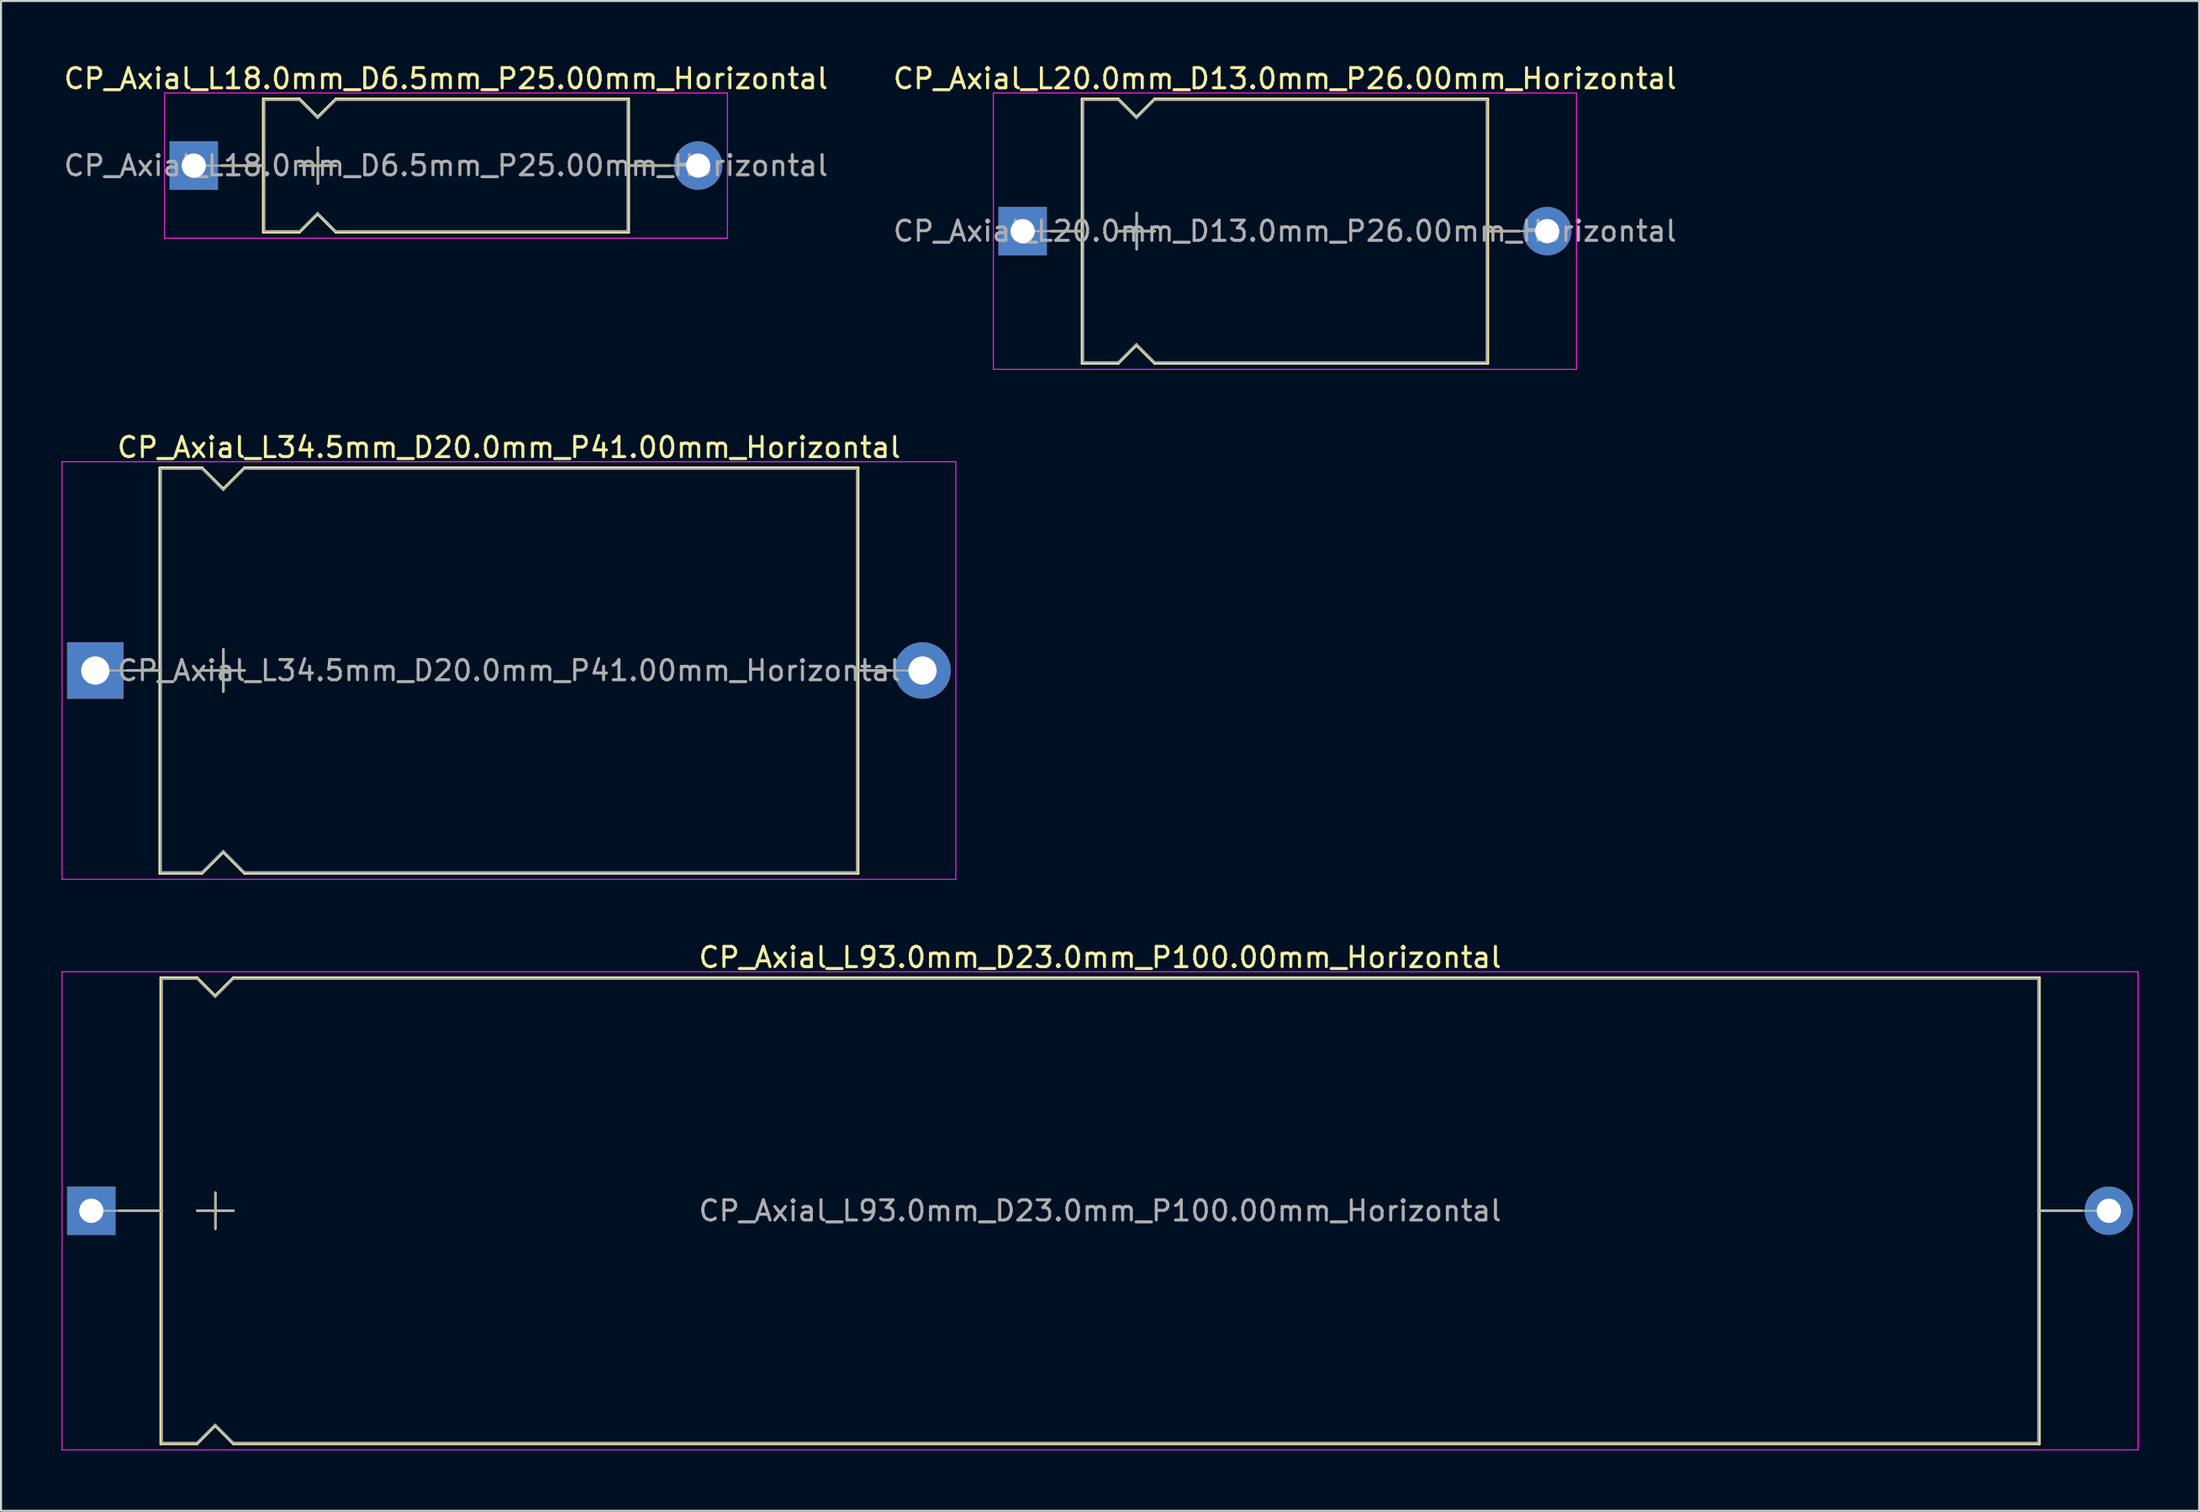
<source format=kicad_pcb>
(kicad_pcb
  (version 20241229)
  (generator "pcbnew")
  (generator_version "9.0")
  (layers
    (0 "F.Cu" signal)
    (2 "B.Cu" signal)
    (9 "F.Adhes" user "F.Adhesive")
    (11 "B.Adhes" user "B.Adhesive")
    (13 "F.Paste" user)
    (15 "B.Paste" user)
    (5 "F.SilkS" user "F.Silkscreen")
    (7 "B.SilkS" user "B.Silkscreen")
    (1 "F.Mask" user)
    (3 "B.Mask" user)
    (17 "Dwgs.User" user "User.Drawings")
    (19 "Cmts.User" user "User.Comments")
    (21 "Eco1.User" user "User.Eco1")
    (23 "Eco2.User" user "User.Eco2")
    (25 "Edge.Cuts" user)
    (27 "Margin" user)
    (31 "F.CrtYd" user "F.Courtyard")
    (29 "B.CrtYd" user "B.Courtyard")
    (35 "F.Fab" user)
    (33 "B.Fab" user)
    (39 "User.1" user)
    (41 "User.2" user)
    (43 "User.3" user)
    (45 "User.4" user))
  (footprint "CP_Axial_L20.0mm_D13.0mm_P26.00mm_Horizontal"
    (layer "F.Cu")
    (at 47.637 8.408)
    (property "Reference" "CP_Axial_L20.0mm_D13.0mm_P26.00mm_Horizontal" (at 13 -7.56 0) (layer "F.SilkS") (effects (font (size 1 1) (thickness 0.15))))
    (attr through_hole)
    (fp_line (start 1.38 0) (end 2.94 0) (stroke (width 0.12) (type solid)) (layer "F.SilkS"))
    (fp_line (start 2.94 -6.56) (end 2.94 6.56) (stroke (width 0.12) (type solid)) (layer "F.SilkS"))
    (fp_line (start 2.94 -6.56) (end 4.74 -6.56) (stroke (width 0.12) (type solid)) (layer "F.SilkS"))
    (fp_line (start 2.94 6.56) (end 4.74 6.56) (stroke (width 0.12) (type solid)) (layer "F.SilkS"))
    (fp_line (start 4.74 -6.56) (end 5.64 -5.66) (stroke (width 0.12) (type solid)) (layer "F.SilkS"))
    (fp_line (start 4.74 6.56) (end 5.64 5.66) (stroke (width 0.12) (type solid)) (layer "F.SilkS"))
    (fp_line (start 4.75 0) (end 6.55 0) (stroke (width 0.12) (type solid)) (layer "F.SilkS"))
    (fp_line (start 5.64 -5.66) (end 6.54 -6.56) (stroke (width 0.12) (type solid)) (layer "F.SilkS"))
    (fp_line (start 5.64 5.66) (end 6.54 6.56) (stroke (width 0.12) (type solid)) (layer "F.SilkS"))
    (fp_line (start 5.65 -0.9) (end 5.65 0.9) (stroke (width 0.12) (type solid)) (layer "F.SilkS"))
    (fp_line (start 6.54 -6.56) (end 23.06 -6.56) (stroke (width 0.12) (type solid)) (layer "F.SilkS"))
    (fp_line (start 6.54 6.56) (end 23.06 6.56) (stroke (width 0.12) (type solid)) (layer "F.SilkS"))
    (fp_line (start 23.06 -6.56) (end 23.06 6.56) (stroke (width 0.12) (type solid)) (layer "F.SilkS"))
    (fp_line (start 24.62 0) (end 23.06 0) (stroke (width 0.12) (type solid)) (layer "F.SilkS"))
    (fp_line (start -1.45 -6.85) (end -1.45 6.85) (stroke (width 0.05) (type solid)) (layer "F.CrtYd"))
    (fp_line (start -1.45 6.85) (end 27.45 6.85) (stroke (width 0.05) (type solid)) (layer "F.CrtYd"))
    (fp_line (start 27.45 -6.85) (end -1.45 -6.85) (stroke (width 0.05) (type solid)) (layer "F.CrtYd"))
    (fp_line (start 27.45 6.85) (end 27.45 -6.85) (stroke (width 0.05) (type solid)) (layer "F.CrtYd"))
    (fp_line (start 0 0) (end 3 0) (stroke (width 0.1) (type solid)) (layer "F.Fab"))
    (fp_line (start 3 -6.5) (end 3 6.5) (stroke (width 0.1) (type solid)) (layer "F.Fab"))
    (fp_line (start 3 -6.5) (end 4.74 -6.5) (stroke (width 0.1) (type solid)) (layer "F.Fab"))
    (fp_line (start 3 6.5) (end 4.74 6.5) (stroke (width 0.1) (type solid)) (layer "F.Fab"))
    (fp_line (start 4.74 -6.5) (end 5.64 -5.6) (stroke (width 0.1) (type solid)) (layer "F.Fab"))
    (fp_line (start 4.74 6.5) (end 5.64 5.6) (stroke (width 0.1) (type solid)) (layer "F.Fab"))
    (fp_line (start 4.75 0) (end 6.55 0) (stroke (width 0.1) (type solid)) (layer "F.Fab"))
    (fp_line (start 5.64 -5.6) (end 6.54 -6.5) (stroke (width 0.1) (type solid)) (layer "F.Fab"))
    (fp_line (start 5.64 5.6) (end 6.54 6.5) (stroke (width 0.1) (type solid)) (layer "F.Fab"))
    (fp_line (start 5.65 -0.9) (end 5.65 0.9) (stroke (width 0.1) (type solid)) (layer "F.Fab"))
    (fp_line (start 6.54 -6.5) (end 23 -6.5) (stroke (width 0.1) (type solid)) (layer "F.Fab"))
    (fp_line (start 6.54 6.5) (end 23 6.5) (stroke (width 0.1) (type solid)) (layer "F.Fab"))
    (fp_line (start 23 -6.5) (end 23 6.5) (stroke (width 0.1) (type solid)) (layer "F.Fab"))
    (fp_line (start 26 0) (end 23 0) (stroke (width 0.1) (type solid)) (layer "F.Fab"))
    (fp_text user "${REFERENCE}" (at 13 0 0) (layer "F.Fab") (effects (font (size 1 1) (thickness 0.15))))
    (pad "1" thru_hole rect (at 0 0) (size 2.4 2.4) (drill 1.2) (layers "*.Cu" "*.Mask"))
    (pad "2" thru_hole oval (at 26 0) (size 2.4 2.4) (drill 1.2) (layers "*.Cu" "*.Mask")))
  (footprint "CP_Axial_L34.5mm_D20.0mm_P41.00mm_Horizontal"
    (layer "F.Cu")
    (at 1.675 30.192)
    (property "Reference" "CP_Axial_L34.5mm_D20.0mm_P41.00mm_Horizontal" (at 20.5 -11.06 0) (layer "F.SilkS") (effects (font (size 1 1) (thickness 0.15))))
    (attr through_hole)
    (fp_line (start 1.58 0) (end 3.19 0) (stroke (width 0.12) (type solid)) (layer "F.SilkS"))
    (fp_line (start 3.19 -10.06) (end 3.19 10.06) (stroke (width 0.12) (type solid)) (layer "F.SilkS"))
    (fp_line (start 3.19 -10.06) (end 5.29 -10.06) (stroke (width 0.12) (type solid)) (layer "F.SilkS"))
    (fp_line (start 3.19 10.06) (end 5.29 10.06) (stroke (width 0.12) (type solid)) (layer "F.SilkS"))
    (fp_line (start 5.29 -10.06) (end 6.34 -9.01) (stroke (width 0.12) (type solid)) (layer "F.SilkS"))
    (fp_line (start 5.29 10.06) (end 6.34 9.01) (stroke (width 0.12) (type solid)) (layer "F.SilkS"))
    (fp_line (start 5.3 0) (end 7.4 0) (stroke (width 0.12) (type solid)) (layer "F.SilkS"))
    (fp_line (start 6.34 -9.01) (end 7.39 -10.06) (stroke (width 0.12) (type solid)) (layer "F.SilkS"))
    (fp_line (start 6.34 9.01) (end 7.39 10.06) (stroke (width 0.12) (type solid)) (layer "F.SilkS"))
    (fp_line (start 6.35 -1.05) (end 6.35 1.05) (stroke (width 0.12) (type solid)) (layer "F.SilkS"))
    (fp_line (start 7.39 -10.06) (end 37.81 -10.06) (stroke (width 0.12) (type solid)) (layer "F.SilkS"))
    (fp_line (start 7.39 10.06) (end 37.81 10.06) (stroke (width 0.12) (type solid)) (layer "F.SilkS"))
    (fp_line (start 37.81 -10.06) (end 37.81 10.06) (stroke (width 0.12) (type solid)) (layer "F.SilkS"))
    (fp_line (start 39.42 0) (end 37.81 0) (stroke (width 0.12) (type solid)) (layer "F.SilkS"))
    (fp_line (start -1.65 -10.35) (end -1.65 10.35) (stroke (width 0.05) (type solid)) (layer "F.CrtYd"))
    (fp_line (start -1.65 10.35) (end 42.65 10.35) (stroke (width 0.05) (type solid)) (layer "F.CrtYd"))
    (fp_line (start 42.65 -10.35) (end -1.65 -10.35) (stroke (width 0.05) (type solid)) (layer "F.CrtYd"))
    (fp_line (start 42.65 10.35) (end 42.65 -10.35) (stroke (width 0.05) (type solid)) (layer "F.CrtYd"))
    (fp_line (start 0 0) (end 3.25 0) (stroke (width 0.1) (type solid)) (layer "F.Fab"))
    (fp_line (start 3.25 -10) (end 3.25 10) (stroke (width 0.1) (type solid)) (layer "F.Fab"))
    (fp_line (start 3.25 -10) (end 5.29 -10) (stroke (width 0.1) (type solid)) (layer "F.Fab"))
    (fp_line (start 3.25 10) (end 5.29 10) (stroke (width 0.1) (type solid)) (layer "F.Fab"))
    (fp_line (start 5.29 -10) (end 6.34 -8.95) (stroke (width 0.1) (type solid)) (layer "F.Fab"))
    (fp_line (start 5.29 10) (end 6.34 8.95) (stroke (width 0.1) (type solid)) (layer "F.Fab"))
    (fp_line (start 5.3 0) (end 7.4 0) (stroke (width 0.1) (type solid)) (layer "F.Fab"))
    (fp_line (start 6.34 -8.95) (end 7.39 -10) (stroke (width 0.1) (type solid)) (layer "F.Fab"))
    (fp_line (start 6.34 8.95) (end 7.39 10) (stroke (width 0.1) (type solid)) (layer "F.Fab"))
    (fp_line (start 6.35 -1.05) (end 6.35 1.05) (stroke (width 0.1) (type solid)) (layer "F.Fab"))
    (fp_line (start 7.39 -10) (end 37.75 -10) (stroke (width 0.1) (type solid)) (layer "F.Fab"))
    (fp_line (start 7.39 10) (end 37.75 10) (stroke (width 0.1) (type solid)) (layer "F.Fab"))
    (fp_line (start 37.75 -10) (end 37.75 10) (stroke (width 0.1) (type solid)) (layer "F.Fab"))
    (fp_line (start 41 0) (end 37.75 0) (stroke (width 0.1) (type solid)) (layer "F.Fab"))
    (fp_text user "${REFERENCE}" (at 20.5 0 0) (layer "F.Fab") (effects (font (size 1 1) (thickness 0.15))))
    (pad "1" thru_hole rect (at 0 0) (size 2.8 2.8) (drill 1.4) (layers "*.Cu" "*.Mask"))
    (pad "2" thru_hole oval (at 41 0) (size 2.8 2.8) (drill 1.4) (layers "*.Cu" "*.Mask")))
  (footprint "CP_Axial_L93.0mm_D23.0mm_P100.00mm_Horizontal"
    (layer "F.Cu")
    (at 1.475 56.975)
    (property "Reference" "CP_Axial_L93.0mm_D23.0mm_P100.00mm_Horizontal" (at 50 -12.56 0) (layer "F.SilkS") (effects (font (size 1 1) (thickness 0.15))))
    (attr through_hole)
    (fp_line (start 1.38 0) (end 3.44 0) (stroke (width 0.12) (type solid)) (layer "F.SilkS"))
    (fp_line (start 3.44 -11.56) (end 3.44 11.56) (stroke (width 0.12) (type solid)) (layer "F.SilkS"))
    (fp_line (start 3.44 -11.56) (end 5.24 -11.56) (stroke (width 0.12) (type solid)) (layer "F.SilkS"))
    (fp_line (start 3.44 11.56) (end 5.24 11.56) (stroke (width 0.12) (type solid)) (layer "F.SilkS"))
    (fp_line (start 5.24 -11.56) (end 6.14 -10.66) (stroke (width 0.12) (type solid)) (layer "F.SilkS"))
    (fp_line (start 5.24 11.56) (end 6.14 10.66) (stroke (width 0.12) (type solid)) (layer "F.SilkS"))
    (fp_line (start 5.25 0) (end 7.05 0) (stroke (width 0.12) (type solid)) (layer "F.SilkS"))
    (fp_line (start 6.14 -10.66) (end 7.04 -11.56) (stroke (width 0.12) (type solid)) (layer "F.SilkS"))
    (fp_line (start 6.14 10.66) (end 7.04 11.56) (stroke (width 0.12) (type solid)) (layer "F.SilkS"))
    (fp_line (start 6.15 -0.9) (end 6.15 0.9) (stroke (width 0.12) (type solid)) (layer "F.SilkS"))
    (fp_line (start 7.04 -11.56) (end 96.56 -11.56) (stroke (width 0.12) (type solid)) (layer "F.SilkS"))
    (fp_line (start 7.04 11.56) (end 96.56 11.56) (stroke (width 0.12) (type solid)) (layer "F.SilkS"))
    (fp_line (start 96.56 -11.56) (end 96.56 11.56) (stroke (width 0.12) (type solid)) (layer "F.SilkS"))
    (fp_line (start 98.62 0) (end 96.56 0) (stroke (width 0.12) (type solid)) (layer "F.SilkS"))
    (fp_line (start -1.45 -11.85) (end -1.45 11.85) (stroke (width 0.05) (type solid)) (layer "F.CrtYd"))
    (fp_line (start -1.45 11.85) (end 101.45 11.85) (stroke (width 0.05) (type solid)) (layer "F.CrtYd"))
    (fp_line (start 101.45 -11.85) (end -1.45 -11.85) (stroke (width 0.05) (type solid)) (layer "F.CrtYd"))
    (fp_line (start 101.45 11.85) (end 101.45 -11.85) (stroke (width 0.05) (type solid)) (layer "F.CrtYd"))
    (fp_line (start 0 0) (end 3.5 0) (stroke (width 0.1) (type solid)) (layer "F.Fab"))
    (fp_line (start 3.5 -11.5) (end 3.5 11.5) (stroke (width 0.1) (type solid)) (layer "F.Fab"))
    (fp_line (start 3.5 -11.5) (end 5.24 -11.5) (stroke (width 0.1) (type solid)) (layer "F.Fab"))
    (fp_line (start 3.5 11.5) (end 5.24 11.5) (stroke (width 0.1) (type solid)) (layer "F.Fab"))
    (fp_line (start 5.24 -11.5) (end 6.14 -10.6) (stroke (width 0.1) (type solid)) (layer "F.Fab"))
    (fp_line (start 5.24 11.5) (end 6.14 10.6) (stroke (width 0.1) (type solid)) (layer "F.Fab"))
    (fp_line (start 5.25 0) (end 7.05 0) (stroke (width 0.1) (type solid)) (layer "F.Fab"))
    (fp_line (start 6.14 -10.6) (end 7.04 -11.5) (stroke (width 0.1) (type solid)) (layer "F.Fab"))
    (fp_line (start 6.14 10.6) (end 7.04 11.5) (stroke (width 0.1) (type solid)) (layer "F.Fab"))
    (fp_line (start 6.15 -0.9) (end 6.15 0.9) (stroke (width 0.1) (type solid)) (layer "F.Fab"))
    (fp_line (start 7.04 -11.5) (end 96.5 -11.5) (stroke (width 0.1) (type solid)) (layer "F.Fab"))
    (fp_line (start 7.04 11.5) (end 96.5 11.5) (stroke (width 0.1) (type solid)) (layer "F.Fab"))
    (fp_line (start 96.5 -11.5) (end 96.5 11.5) (stroke (width 0.1) (type solid)) (layer "F.Fab"))
    (fp_line (start 100 0) (end 96.5 0) (stroke (width 0.1) (type solid)) (layer "F.Fab"))
    (fp_text user "${REFERENCE}" (at 50 0 0) (layer "F.Fab") (effects (font (size 1 1) (thickness 0.15))))
    (pad "1" thru_hole rect (at 0 0) (size 2.4 2.4) (drill 1.2) (layers "*.Cu" "*.Mask"))
    (pad "2" thru_hole oval (at 100 0) (size 2.4 2.4) (drill 1.2) (layers "*.Cu" "*.Mask")))
  (footprint "CP_Axial_L18.0mm_D6.5mm_P25.00mm_Horizontal"
    (layer "F.Cu")
    (at 6.554 5.158)
    (property "Reference" "CP_Axial_L18.0mm_D6.5mm_P25.00mm_Horizontal" (at 12.5 -4.31 0) (layer "F.SilkS") (effects (font (size 1 1) (thickness 0.15))))
    (attr through_hole)
    (fp_line (start 1.38 0) (end 3.44 0) (stroke (width 0.12) (type solid)) (layer "F.SilkS"))
    (fp_line (start 3.44 -3.31) (end 3.44 3.31) (stroke (width 0.12) (type solid)) (layer "F.SilkS"))
    (fp_line (start 3.44 -3.31) (end 5.24 -3.31) (stroke (width 0.12) (type solid)) (layer "F.SilkS"))
    (fp_line (start 3.44 3.31) (end 5.24 3.31) (stroke (width 0.12) (type solid)) (layer "F.SilkS"))
    (fp_line (start 5.24 -3.31) (end 6.14 -2.41) (stroke (width 0.12) (type solid)) (layer "F.SilkS"))
    (fp_line (start 5.24 3.31) (end 6.14 2.41) (stroke (width 0.12) (type solid)) (layer "F.SilkS"))
    (fp_line (start 5.25 0) (end 7.05 0) (stroke (width 0.12) (type solid)) (layer "F.SilkS"))
    (fp_line (start 6.14 -2.41) (end 7.04 -3.31) (stroke (width 0.12) (type solid)) (layer "F.SilkS"))
    (fp_line (start 6.14 2.41) (end 7.04 3.31) (stroke (width 0.12) (type solid)) (layer "F.SilkS"))
    (fp_line (start 6.15 -0.9) (end 6.15 0.9) (stroke (width 0.12) (type solid)) (layer "F.SilkS"))
    (fp_line (start 7.04 -3.31) (end 21.56 -3.31) (stroke (width 0.12) (type solid)) (layer "F.SilkS"))
    (fp_line (start 7.04 3.31) (end 21.56 3.31) (stroke (width 0.12) (type solid)) (layer "F.SilkS"))
    (fp_line (start 21.56 -3.31) (end 21.56 3.31) (stroke (width 0.12) (type solid)) (layer "F.SilkS"))
    (fp_line (start 23.62 0) (end 21.56 0) (stroke (width 0.12) (type solid)) (layer "F.SilkS"))
    (fp_line (start -1.45 -3.6) (end -1.45 3.6) (stroke (width 0.05) (type solid)) (layer "F.CrtYd"))
    (fp_line (start -1.45 3.6) (end 26.45 3.6) (stroke (width 0.05) (type solid)) (layer "F.CrtYd"))
    (fp_line (start 26.45 -3.6) (end -1.45 -3.6) (stroke (width 0.05) (type solid)) (layer "F.CrtYd"))
    (fp_line (start 26.45 3.6) (end 26.45 -3.6) (stroke (width 0.05) (type solid)) (layer "F.CrtYd"))
    (fp_line (start 0 0) (end 3.5 0) (stroke (width 0.1) (type solid)) (layer "F.Fab"))
    (fp_line (start 3.5 -3.25) (end 3.5 3.25) (stroke (width 0.1) (type solid)) (layer "F.Fab"))
    (fp_line (start 3.5 -3.25) (end 5.24 -3.25) (stroke (width 0.1) (type solid)) (layer "F.Fab"))
    (fp_line (start 3.5 3.25) (end 5.24 3.25) (stroke (width 0.1) (type solid)) (layer "F.Fab"))
    (fp_line (start 5.24 -3.25) (end 6.14 -2.35) (stroke (width 0.1) (type solid)) (layer "F.Fab"))
    (fp_line (start 5.24 3.25) (end 6.14 2.35) (stroke (width 0.1) (type solid)) (layer "F.Fab"))
    (fp_line (start 5.25 0) (end 7.05 0) (stroke (width 0.1) (type solid)) (layer "F.Fab"))
    (fp_line (start 6.14 -2.35) (end 7.04 -3.25) (stroke (width 0.1) (type solid)) (layer "F.Fab"))
    (fp_line (start 6.14 2.35) (end 7.04 3.25) (stroke (width 0.1) (type solid)) (layer "F.Fab"))
    (fp_line (start 6.15 -0.9) (end 6.15 0.9) (stroke (width 0.1) (type solid)) (layer "F.Fab"))
    (fp_line (start 7.04 -3.25) (end 21.5 -3.25) (stroke (width 0.1) (type solid)) (layer "F.Fab"))
    (fp_line (start 7.04 3.25) (end 21.5 3.25) (stroke (width 0.1) (type solid)) (layer "F.Fab"))
    (fp_line (start 21.5 -3.25) (end 21.5 3.25) (stroke (width 0.1) (type solid)) (layer "F.Fab"))
    (fp_line (start 25 0) (end 21.5 0) (stroke (width 0.1) (type solid)) (layer "F.Fab"))
    (fp_text user "${REFERENCE}" (at 12.5 0 0) (layer "F.Fab") (effects (font (size 1 1) (thickness 0.15))))
    (pad "1" thru_hole rect (at 0 0) (size 2.4 2.4) (drill 1.2) (layers "*.Cu" "*.Mask"))
    (pad "2" thru_hole oval (at 25 0) (size 2.4 2.4) (drill 1.2) (layers "*.Cu" "*.Mask")))
  (gr_rect
    (start -3 -3)
    (end 105.95 71.85)
    (stroke (width 0.1) (type default))
    (fill no)
    (layer "Edge.Cuts")))
</source>
